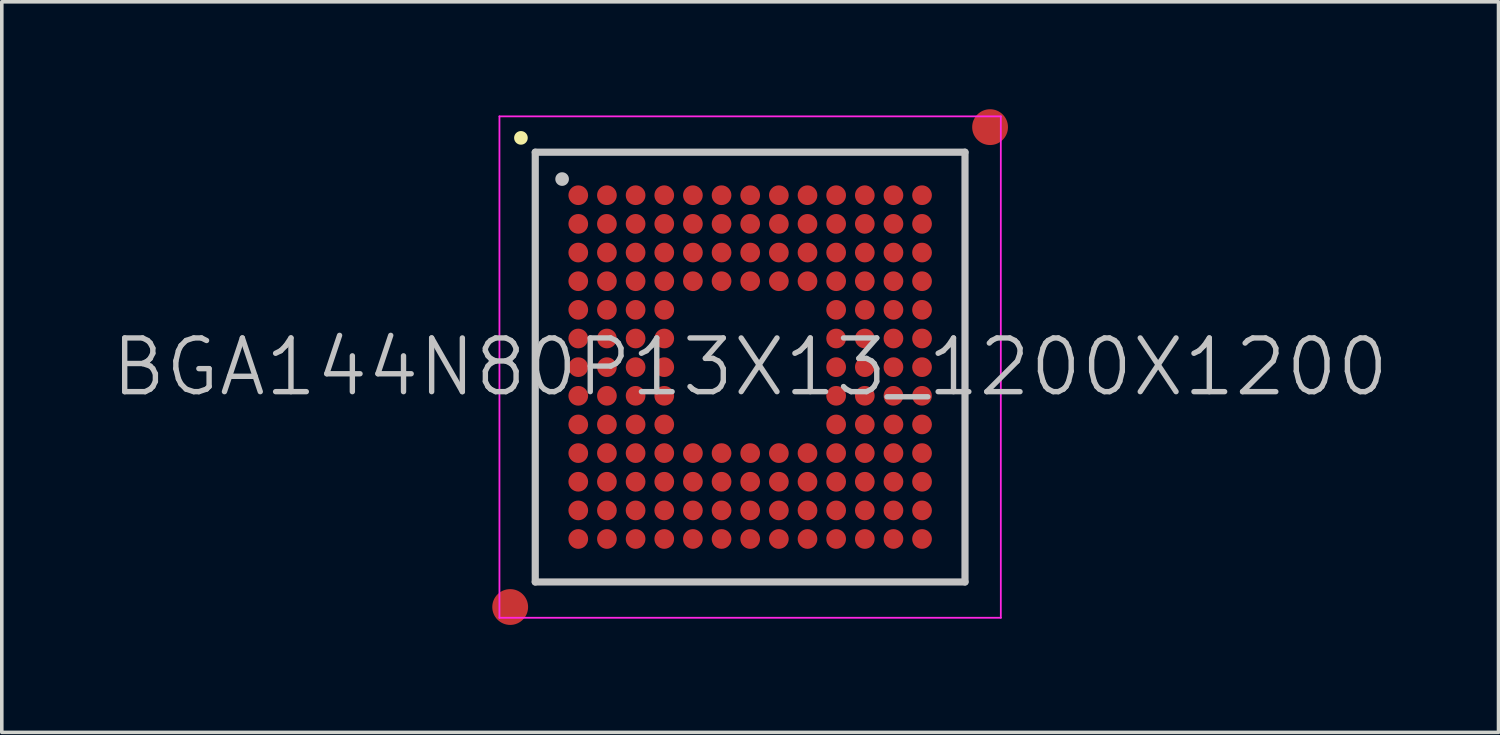
<source format=kicad_pcb>
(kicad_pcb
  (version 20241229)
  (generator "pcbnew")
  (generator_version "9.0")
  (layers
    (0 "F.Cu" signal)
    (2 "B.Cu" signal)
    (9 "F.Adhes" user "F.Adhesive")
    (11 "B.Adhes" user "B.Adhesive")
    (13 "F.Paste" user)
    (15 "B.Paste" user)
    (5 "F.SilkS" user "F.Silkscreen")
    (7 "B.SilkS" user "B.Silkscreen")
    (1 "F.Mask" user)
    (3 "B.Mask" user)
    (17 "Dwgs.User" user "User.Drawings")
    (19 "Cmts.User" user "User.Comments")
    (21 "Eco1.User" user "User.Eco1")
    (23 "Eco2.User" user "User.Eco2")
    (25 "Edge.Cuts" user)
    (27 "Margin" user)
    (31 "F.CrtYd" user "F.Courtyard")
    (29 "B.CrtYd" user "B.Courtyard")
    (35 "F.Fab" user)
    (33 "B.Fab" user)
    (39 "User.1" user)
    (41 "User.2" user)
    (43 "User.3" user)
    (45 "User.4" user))
  (footprint "BGA144N80P13X13_1200X1200"
    (layer "F.Cu")
    (at 17.896 7.2)
    (property "Reference" "BGA144N80P13X13_1200X1200" (at 0 0 0) (layer "Dwgs.User") (effects (font (size 1.5 1.5) (thickness 0.15))))
    (attr smd)
    (fp_line (start -6.4 -6.4) (end -6.4 -6.4) (stroke (width 0.381) (type solid)) (layer "F.SilkS"))
    (fp_line (start -6 -6) (end -6 6) (stroke (width 0.2) (type solid)) (layer "Dwgs.User"))
    (fp_line (start -6 -6) (end 6 -6) (stroke (width 0.2) (type solid)) (layer "Dwgs.User"))
    (fp_line (start -6 6) (end 6 6) (stroke (width 0.2) (type solid)) (layer "Dwgs.User"))
    (fp_line (start -5.25 -5.25) (end -5.25 -5.25) (stroke (width 0.381) (type solid)) (layer "Dwgs.User"))
    (fp_line (start 6 -6) (end 6 6) (stroke (width 0.2) (type solid)) (layer "Dwgs.User"))
    (fp_line (start -7 -7) (end -7 7) (stroke (width 0.05) (type solid)) (layer "F.CrtYd"))
    (fp_line (start -7 -7) (end 7 -7) (stroke (width 0.05) (type solid)) (layer "F.CrtYd"))
    (fp_line (start -7 7) (end 7 7) (stroke (width 0.05) (type solid)) (layer "F.CrtYd"))
    (fp_line (start 7 -7) (end 7 7) (stroke (width 0.05) (type solid)) (layer "F.CrtYd"))
    (pad "" smd circle (at -6.7 6.7) (size 1 1) (layers "F.Cu" "F.Mask"))
    (pad "" smd circle (at 6.7 -6.7) (size 1 1) (layers "F.Cu" "F.Mask"))
    (pad "A1" smd circle (at -4.799 -4.799) (size 0.55 0.55) (layers "F.Cu" "F.Mask" "F.Paste"))
    (pad "A2" smd circle (at -3.999 -4.799) (size 0.55 0.55) (layers "F.Cu" "F.Mask" "F.Paste"))
    (pad "A3" smd circle (at -3.198 -4.799) (size 0.55 0.55) (layers "F.Cu" "F.Mask" "F.Paste"))
    (pad "A4" smd circle (at -2.398 -4.799) (size 0.55 0.55) (layers "F.Cu" "F.Mask" "F.Paste"))
    (pad "A5" smd circle (at -1.598 -4.799) (size 0.55 0.55) (layers "F.Cu" "F.Mask" "F.Paste"))
    (pad "A6" smd circle (at -0.798 -4.799) (size 0.55 0.55) (layers "F.Cu" "F.Mask" "F.Paste"))
    (pad "A7" smd circle (at 0.002 -4.799) (size 0.55 0.55) (layers "F.Cu" "F.Mask" "F.Paste"))
    (pad "A8" smd circle (at 0.802 -4.799) (size 0.55 0.55) (layers "F.Cu" "F.Mask" "F.Paste"))
    (pad "A9" smd circle (at 1.602 -4.799) (size 0.55 0.55) (layers "F.Cu" "F.Mask" "F.Paste"))
    (pad "A10" smd circle (at 2.402 -4.799) (size 0.55 0.55) (layers "F.Cu" "F.Mask" "F.Paste"))
    (pad "A11" smd circle (at 3.202 -4.799) (size 0.55 0.55) (layers "F.Cu" "F.Mask" "F.Paste"))
    (pad "A12" smd circle (at 4.002 -4.799) (size 0.55 0.55) (layers "F.Cu" "F.Mask" "F.Paste"))
    (pad "A13" smd circle (at 4.8 -4.799) (size 0.55 0.55) (layers "F.Cu" "F.Mask" "F.Paste"))
    (pad "B1" smd circle (at -4.799 -3.999) (size 0.55 0.55) (layers "F.Cu" "F.Mask" "F.Paste"))
    (pad "B2" smd circle (at -3.999 -3.999) (size 0.55 0.55) (layers "F.Cu" "F.Mask" "F.Paste"))
    (pad "B3" smd circle (at -3.198 -3.999) (size 0.55 0.55) (layers "F.Cu" "F.Mask" "F.Paste"))
    (pad "B4" smd circle (at -2.398 -3.999) (size 0.55 0.55) (layers "F.Cu" "F.Mask" "F.Paste"))
    (pad "B5" smd circle (at -1.598 -3.999) (size 0.55 0.55) (layers "F.Cu" "F.Mask" "F.Paste"))
    (pad "B6" smd circle (at -0.798 -3.999) (size 0.55 0.55) (layers "F.Cu" "F.Mask" "F.Paste"))
    (pad "B7" smd circle (at 0.002 -3.999) (size 0.55 0.55) (layers "F.Cu" "F.Mask" "F.Paste"))
    (pad "B8" smd circle (at 0.802 -3.999) (size 0.55 0.55) (layers "F.Cu" "F.Mask" "F.Paste"))
    (pad "B9" smd circle (at 1.602 -3.999) (size 0.55 0.55) (layers "F.Cu" "F.Mask" "F.Paste"))
    (pad "B10" smd circle (at 2.402 -3.999) (size 0.55 0.55) (layers "F.Cu" "F.Mask" "F.Paste"))
    (pad "B11" smd circle (at 3.202 -3.999) (size 0.55 0.55) (layers "F.Cu" "F.Mask" "F.Paste"))
    (pad "B12" smd circle (at 4.002 -3.999) (size 0.55 0.55) (layers "F.Cu" "F.Mask" "F.Paste"))
    (pad "B13" smd circle (at 4.8 -3.999) (size 0.55 0.55) (layers "F.Cu" "F.Mask" "F.Paste"))
    (pad "C1" smd circle (at -4.799 -3.198) (size 0.55 0.55) (layers "F.Cu" "F.Mask" "F.Paste"))
    (pad "C2" smd circle (at -3.999 -3.198) (size 0.55 0.55) (layers "F.Cu" "F.Mask" "F.Paste"))
    (pad "C3" smd circle (at -3.198 -3.198) (size 0.55 0.55) (layers "F.Cu" "F.Mask" "F.Paste"))
    (pad "C4" smd circle (at -2.398 -3.198) (size 0.55 0.55) (layers "F.Cu" "F.Mask" "F.Paste"))
    (pad "C5" smd circle (at -1.598 -3.198) (size 0.55 0.55) (layers "F.Cu" "F.Mask" "F.Paste"))
    (pad "C6" smd circle (at -0.798 -3.198) (size 0.55 0.55) (layers "F.Cu" "F.Mask" "F.Paste"))
    (pad "C7" smd circle (at 0.002 -3.198) (size 0.55 0.55) (layers "F.Cu" "F.Mask" "F.Paste"))
    (pad "C8" smd circle (at 0.802 -3.198) (size 0.55 0.55) (layers "F.Cu" "F.Mask" "F.Paste"))
    (pad "C9" smd circle (at 1.602 -3.198) (size 0.55 0.55) (layers "F.Cu" "F.Mask" "F.Paste"))
    (pad "C10" smd circle (at 2.402 -3.198) (size 0.55 0.55) (layers "F.Cu" "F.Mask" "F.Paste"))
    (pad "C11" smd circle (at 3.202 -3.198) (size 0.55 0.55) (layers "F.Cu" "F.Mask" "F.Paste"))
    (pad "C12" smd circle (at 4.002 -3.198) (size 0.55 0.55) (layers "F.Cu" "F.Mask" "F.Paste"))
    (pad "C13" smd circle (at 4.8 -3.198) (size 0.55 0.55) (layers "F.Cu" "F.Mask" "F.Paste"))
    (pad "D1" smd circle (at -4.799 -2.398) (size 0.55 0.55) (layers "F.Cu" "F.Mask" "F.Paste"))
    (pad "D2" smd circle (at -3.999 -2.398) (size 0.55 0.55) (layers "F.Cu" "F.Mask" "F.Paste"))
    (pad "D3" smd circle (at -3.198 -2.398) (size 0.55 0.55) (layers "F.Cu" "F.Mask" "F.Paste"))
    (pad "D4" smd circle (at -2.398 -2.398) (size 0.55 0.55) (layers "F.Cu" "F.Mask" "F.Paste"))
    (pad "D5" smd circle (at -1.598 -2.398) (size 0.55 0.55) (layers "F.Cu" "F.Mask" "F.Paste"))
    (pad "D6" smd circle (at -0.798 -2.398) (size 0.55 0.55) (layers "F.Cu" "F.Mask" "F.Paste"))
    (pad "D7" smd circle (at 0.002 -2.398) (size 0.55 0.55) (layers "F.Cu" "F.Mask" "F.Paste"))
    (pad "D8" smd circle (at 0.802 -2.398) (size 0.55 0.55) (layers "F.Cu" "F.Mask" "F.Paste"))
    (pad "D9" smd circle (at 1.602 -2.398) (size 0.55 0.55) (layers "F.Cu" "F.Mask" "F.Paste"))
    (pad "D10" smd circle (at 2.402 -2.398) (size 0.55 0.55) (layers "F.Cu" "F.Mask" "F.Paste"))
    (pad "D11" smd circle (at 3.202 -2.398) (size 0.55 0.55) (layers "F.Cu" "F.Mask" "F.Paste"))
    (pad "D12" smd circle (at 4.002 -2.398) (size 0.55 0.55) (layers "F.Cu" "F.Mask" "F.Paste"))
    (pad "D13" smd circle (at 4.8 -2.398) (size 0.55 0.55) (layers "F.Cu" "F.Mask" "F.Paste"))
    (pad "E1" smd circle (at -4.799 -1.598) (size 0.55 0.55) (layers "F.Cu" "F.Mask" "F.Paste"))
    (pad "E2" smd circle (at -3.999 -1.598) (size 0.55 0.55) (layers "F.Cu" "F.Mask" "F.Paste"))
    (pad "E3" smd circle (at -3.198 -1.598) (size 0.55 0.55) (layers "F.Cu" "F.Mask" "F.Paste"))
    (pad "E4" smd circle (at -2.398 -1.598) (size 0.55 0.55) (layers "F.Cu" "F.Mask" "F.Paste"))
    (pad "E10" smd circle (at 2.402 -1.598) (size 0.55 0.55) (layers "F.Cu" "F.Mask" "F.Paste"))
    (pad "E11" smd circle (at 3.202 -1.598) (size 0.55 0.55) (layers "F.Cu" "F.Mask" "F.Paste"))
    (pad "E12" smd circle (at 4.002 -1.598) (size 0.55 0.55) (layers "F.Cu" "F.Mask" "F.Paste"))
    (pad "E13" smd circle (at 4.8 -1.598) (size 0.55 0.55) (layers "F.Cu" "F.Mask" "F.Paste"))
    (pad "F1" smd circle (at -4.799 -0.798) (size 0.55 0.55) (layers "F.Cu" "F.Mask" "F.Paste"))
    (pad "F2" smd circle (at -3.999 -0.798) (size 0.55 0.55) (layers "F.Cu" "F.Mask" "F.Paste"))
    (pad "F3" smd circle (at -3.198 -0.798) (size 0.55 0.55) (layers "F.Cu" "F.Mask" "F.Paste"))
    (pad "F4" smd circle (at -2.398 -0.798) (size 0.55 0.55) (layers "F.Cu" "F.Mask" "F.Paste"))
    (pad "F10" smd circle (at 2.402 -0.798) (size 0.55 0.55) (layers "F.Cu" "F.Mask" "F.Paste"))
    (pad "F11" smd circle (at 3.202 -0.798) (size 0.55 0.55) (layers "F.Cu" "F.Mask" "F.Paste"))
    (pad "F12" smd circle (at 4.002 -0.798) (size 0.55 0.55) (layers "F.Cu" "F.Mask" "F.Paste"))
    (pad "F13" smd circle (at 4.8 -0.798) (size 0.55 0.55) (layers "F.Cu" "F.Mask" "F.Paste"))
    (pad "G1" smd circle (at -4.799 0.002) (size 0.55 0.55) (layers "F.Cu" "F.Mask" "F.Paste"))
    (pad "G2" smd circle (at -3.999 0.002) (size 0.55 0.55) (layers "F.Cu" "F.Mask" "F.Paste"))
    (pad "G3" smd circle (at -3.198 0.002) (size 0.55 0.55) (layers "F.Cu" "F.Mask" "F.Paste"))
    (pad "G4" smd circle (at -2.398 0.002) (size 0.55 0.55) (layers "F.Cu" "F.Mask" "F.Paste"))
    (pad "G10" smd circle (at 2.402 0.002) (size 0.55 0.55) (layers "F.Cu" "F.Mask" "F.Paste"))
    (pad "G11" smd circle (at 3.202 0.002) (size 0.55 0.55) (layers "F.Cu" "F.Mask" "F.Paste"))
    (pad "G12" smd circle (at 4.002 0.002) (size 0.55 0.55) (layers "F.Cu" "F.Mask" "F.Paste"))
    (pad "G13" smd circle (at 4.8 0.002) (size 0.55 0.55) (layers "F.Cu" "F.Mask" "F.Paste"))
    (pad "H1" smd circle (at -4.799 0.802) (size 0.55 0.55) (layers "F.Cu" "F.Mask" "F.Paste"))
    (pad "H2" smd circle (at -3.999 0.802) (size 0.55 0.55) (layers "F.Cu" "F.Mask" "F.Paste"))
    (pad "H3" smd circle (at -3.198 0.802) (size 0.55 0.55) (layers "F.Cu" "F.Mask" "F.Paste"))
    (pad "H4" smd circle (at -2.398 0.802) (size 0.55 0.55) (layers "F.Cu" "F.Mask" "F.Paste"))
    (pad "H10" smd circle (at 2.402 0.802) (size 0.55 0.55) (layers "F.Cu" "F.Mask" "F.Paste"))
    (pad "H11" smd circle (at 3.202 0.802) (size 0.55 0.55) (layers "F.Cu" "F.Mask" "F.Paste"))
    (pad "H12" smd circle (at 4.002 0.802) (size 0.55 0.55) (layers "F.Cu" "F.Mask" "F.Paste"))
    (pad "H13" smd circle (at 4.8 0.802) (size 0.55 0.55) (layers "F.Cu" "F.Mask" "F.Paste"))
    (pad "J1" smd circle (at -4.799 1.602) (size 0.55 0.55) (layers "F.Cu" "F.Mask" "F.Paste"))
    (pad "J2" smd circle (at -3.999 1.602) (size 0.55 0.55) (layers "F.Cu" "F.Mask" "F.Paste"))
    (pad "J3" smd circle (at -3.198 1.602) (size 0.55 0.55) (layers "F.Cu" "F.Mask" "F.Paste"))
    (pad "J4" smd circle (at -2.398 1.602) (size 0.55 0.55) (layers "F.Cu" "F.Mask" "F.Paste"))
    (pad "J10" smd circle (at 2.402 1.602) (size 0.55 0.55) (layers "F.Cu" "F.Mask" "F.Paste"))
    (pad "J11" smd circle (at 3.202 1.602) (size 0.55 0.55) (layers "F.Cu" "F.Mask" "F.Paste"))
    (pad "J12" smd circle (at 4.002 1.602) (size 0.55 0.55) (layers "F.Cu" "F.Mask" "F.Paste"))
    (pad "J13" smd circle (at 4.8 1.602) (size 0.55 0.55) (layers "F.Cu" "F.Mask" "F.Paste"))
    (pad "K1" smd circle (at -4.799 2.402) (size 0.55 0.55) (layers "F.Cu" "F.Mask" "F.Paste"))
    (pad "K2" smd circle (at -3.999 2.402) (size 0.55 0.55) (layers "F.Cu" "F.Mask" "F.Paste"))
    (pad "K3" smd circle (at -3.198 2.402) (size 0.55 0.55) (layers "F.Cu" "F.Mask" "F.Paste"))
    (pad "K4" smd circle (at -2.398 2.402) (size 0.55 0.55) (layers "F.Cu" "F.Mask" "F.Paste"))
    (pad "K5" smd circle (at -1.598 2.402) (size 0.55 0.55) (layers "F.Cu" "F.Mask" "F.Paste"))
    (pad "K6" smd circle (at -0.798 2.402) (size 0.55 0.55) (layers "F.Cu" "F.Mask" "F.Paste"))
    (pad "K7" smd circle (at 0.002 2.402) (size 0.55 0.55) (layers "F.Cu" "F.Mask" "F.Paste"))
    (pad "K8" smd circle (at 0.802 2.402) (size 0.55 0.55) (layers "F.Cu" "F.Mask" "F.Paste"))
    (pad "K9" smd circle (at 1.602 2.402) (size 0.55 0.55) (layers "F.Cu" "F.Mask" "F.Paste"))
    (pad "K10" smd circle (at 2.402 2.402) (size 0.55 0.55) (layers "F.Cu" "F.Mask" "F.Paste"))
    (pad "K11" smd circle (at 3.202 2.402) (size 0.55 0.55) (layers "F.Cu" "F.Mask" "F.Paste"))
    (pad "K12" smd circle (at 4.002 2.402) (size 0.55 0.55) (layers "F.Cu" "F.Mask" "F.Paste"))
    (pad "K13" smd circle (at 4.8 2.402) (size 0.55 0.55) (layers "F.Cu" "F.Mask" "F.Paste"))
    (pad "L1" smd circle (at -4.799 3.202) (size 0.55 0.55) (layers "F.Cu" "F.Mask" "F.Paste"))
    (pad "L2" smd circle (at -3.999 3.202) (size 0.55 0.55) (layers "F.Cu" "F.Mask" "F.Paste"))
    (pad "L3" smd circle (at -3.198 3.202) (size 0.55 0.55) (layers "F.Cu" "F.Mask" "F.Paste"))
    (pad "L4" smd circle (at -2.398 3.202) (size 0.55 0.55) (layers "F.Cu" "F.Mask" "F.Paste"))
    (pad "L5" smd circle (at -1.598 3.202) (size 0.55 0.55) (layers "F.Cu" "F.Mask" "F.Paste"))
    (pad "L6" smd circle (at -0.798 3.202) (size 0.55 0.55) (layers "F.Cu" "F.Mask" "F.Paste"))
    (pad "L7" smd circle (at 0.002 3.202) (size 0.55 0.55) (layers "F.Cu" "F.Mask" "F.Paste"))
    (pad "L8" smd circle (at 0.802 3.202) (size 0.55 0.55) (layers "F.Cu" "F.Mask" "F.Paste"))
    (pad "L9" smd circle (at 1.602 3.202) (size 0.55 0.55) (layers "F.Cu" "F.Mask" "F.Paste"))
    (pad "L10" smd circle (at 2.402 3.202) (size 0.55 0.55) (layers "F.Cu" "F.Mask" "F.Paste"))
    (pad "L11" smd circle (at 3.202 3.202) (size 0.55 0.55) (layers "F.Cu" "F.Mask" "F.Paste"))
    (pad "L12" smd circle (at 4.002 3.202) (size 0.55 0.55) (layers "F.Cu" "F.Mask" "F.Paste"))
    (pad "L13" smd circle (at 4.8 3.202) (size 0.55 0.55) (layers "F.Cu" "F.Mask" "F.Paste"))
    (pad "M1" smd circle (at -4.799 4.002) (size 0.55 0.55) (layers "F.Cu" "F.Mask" "F.Paste"))
    (pad "M2" smd circle (at -3.999 4.002) (size 0.55 0.55) (layers "F.Cu" "F.Mask" "F.Paste"))
    (pad "M3" smd circle (at -3.198 4.002) (size 0.55 0.55) (layers "F.Cu" "F.Mask" "F.Paste"))
    (pad "M4" smd circle (at -2.398 4.002) (size 0.55 0.55) (layers "F.Cu" "F.Mask" "F.Paste"))
    (pad "M5" smd circle (at -1.598 4.002) (size 0.55 0.55) (layers "F.Cu" "F.Mask" "F.Paste"))
    (pad "M6" smd circle (at -0.798 4.002) (size 0.55 0.55) (layers "F.Cu" "F.Mask" "F.Paste"))
    (pad "M7" smd circle (at 0.002 4.002) (size 0.55 0.55) (layers "F.Cu" "F.Mask" "F.Paste"))
    (pad "M8" smd circle (at 0.802 4.002) (size 0.55 0.55) (layers "F.Cu" "F.Mask" "F.Paste"))
    (pad "M9" smd circle (at 1.602 4.002) (size 0.55 0.55) (layers "F.Cu" "F.Mask" "F.Paste"))
    (pad "M10" smd circle (at 2.402 4.002) (size 0.55 0.55) (layers "F.Cu" "F.Mask" "F.Paste"))
    (pad "M11" smd circle (at 3.202 4.002) (size 0.55 0.55) (layers "F.Cu" "F.Mask" "F.Paste"))
    (pad "M12" smd circle (at 4.002 4.002) (size 0.55 0.55) (layers "F.Cu" "F.Mask" "F.Paste"))
    (pad "M13" smd circle (at 4.8 4.002) (size 0.55 0.55) (layers "F.Cu" "F.Mask" "F.Paste"))
    (pad "N1" smd circle (at -4.799 4.8) (size 0.55 0.55) (layers "F.Cu" "F.Mask" "F.Paste"))
    (pad "N2" smd circle (at -3.999 4.8) (size 0.55 0.55) (layers "F.Cu" "F.Mask" "F.Paste"))
    (pad "N3" smd circle (at -3.198 4.8) (size 0.55 0.55) (layers "F.Cu" "F.Mask" "F.Paste"))
    (pad "N4" smd circle (at -2.398 4.8) (size 0.55 0.55) (layers "F.Cu" "F.Mask" "F.Paste"))
    (pad "N5" smd circle (at -1.598 4.8) (size 0.55 0.55) (layers "F.Cu" "F.Mask" "F.Paste"))
    (pad "N6" smd circle (at -0.798 4.8) (size 0.55 0.55) (layers "F.Cu" "F.Mask" "F.Paste"))
    (pad "N7" smd circle (at 0.002 4.8) (size 0.55 0.55) (layers "F.Cu" "F.Mask" "F.Paste"))
    (pad "N8" smd circle (at 0.802 4.8) (size 0.55 0.55) (layers "F.Cu" "F.Mask" "F.Paste"))
    (pad "N9" smd circle (at 1.602 4.8) (size 0.55 0.55) (layers "F.Cu" "F.Mask" "F.Paste"))
    (pad "N10" smd circle (at 2.402 4.8) (size 0.55 0.55) (layers "F.Cu" "F.Mask" "F.Paste"))
    (pad "N11" smd circle (at 3.202 4.8) (size 0.55 0.55) (layers "F.Cu" "F.Mask" "F.Paste"))
    (pad "N12" smd circle (at 4.002 4.8) (size 0.55 0.55) (layers "F.Cu" "F.Mask" "F.Paste"))
    (pad "N13" smd circle (at 4.8 4.8) (size 0.55 0.55) (layers "F.Cu" "F.Mask" "F.Paste")))
  (gr_rect
    (start -3 -3)
    (end 38.793 17.4)
    (stroke (width 0.1) (type default))
    (fill no)
    (layer "Edge.Cuts")))
</source>
